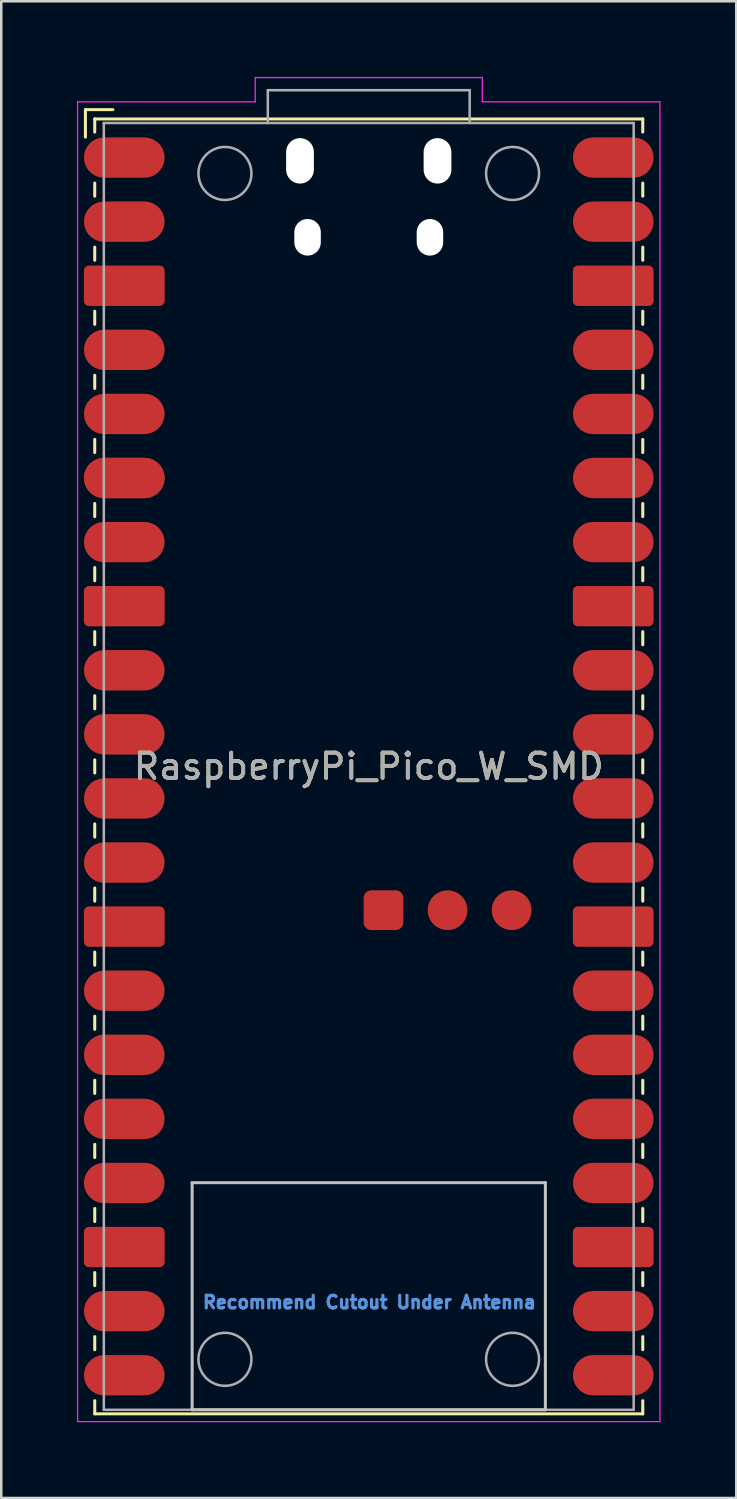
<source format=kicad_pcb>
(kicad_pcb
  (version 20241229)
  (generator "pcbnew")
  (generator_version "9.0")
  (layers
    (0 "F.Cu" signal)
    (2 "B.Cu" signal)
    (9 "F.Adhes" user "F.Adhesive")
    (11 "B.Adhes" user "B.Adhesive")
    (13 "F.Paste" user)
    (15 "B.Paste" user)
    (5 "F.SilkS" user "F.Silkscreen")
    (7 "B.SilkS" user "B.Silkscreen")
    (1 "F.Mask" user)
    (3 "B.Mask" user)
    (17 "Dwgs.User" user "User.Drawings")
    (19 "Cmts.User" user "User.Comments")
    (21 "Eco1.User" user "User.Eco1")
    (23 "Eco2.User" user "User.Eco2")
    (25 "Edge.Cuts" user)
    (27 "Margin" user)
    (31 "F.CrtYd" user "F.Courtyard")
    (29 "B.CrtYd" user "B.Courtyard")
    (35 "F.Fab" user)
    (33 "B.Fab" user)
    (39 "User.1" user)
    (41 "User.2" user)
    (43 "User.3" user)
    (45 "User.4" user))
  (footprint "RaspberryPi_Pico_W_SMD"
    (layer "F.Cu")
    (at 11.565 27.325)
    (property "Reference" "RaspberryPi_Pico_W_SMD" (at 0 0 0) (layer "F.SilkS") (effects (font (size 1 1) (thickness 0.15))))
    (attr smd)
    (fp_line (start -11.23 -26.03) (end -11.23 -24.94) (stroke (width 0.12) (type default)) (layer "F.SilkS"))
    (fp_line (start -10.86 -25.66) (end -10.86 -25.14) (stroke (width 0.12) (type default)) (layer "F.SilkS"))
    (fp_line (start -10.86 -23.12) (end -10.86 -22.6) (stroke (width 0.12) (type default)) (layer "F.SilkS"))
    (fp_line (start -10.86 -20.58) (end -10.86 -20.06) (stroke (width 0.12) (type default)) (layer "F.SilkS"))
    (fp_line (start -10.86 -18.04) (end -10.86 -17.52) (stroke (width 0.12) (type default)) (layer "F.SilkS"))
    (fp_line (start -10.86 -15.5) (end -10.86 -14.98) (stroke (width 0.12) (type default)) (layer "F.SilkS"))
    (fp_line (start -10.86 -12.96) (end -10.86 -12.44) (stroke (width 0.12) (type default)) (layer "F.SilkS"))
    (fp_line (start -10.86 -10.42) (end -10.86 -9.9) (stroke (width 0.12) (type default)) (layer "F.SilkS"))
    (fp_line (start -10.86 -7.88) (end -10.86 -7.36) (stroke (width 0.12) (type default)) (layer "F.SilkS"))
    (fp_line (start -10.86 -5.34) (end -10.86 -4.82) (stroke (width 0.12) (type default)) (layer "F.SilkS"))
    (fp_line (start -10.86 -2.8) (end -10.86 -2.28) (stroke (width 0.12) (type default)) (layer "F.SilkS"))
    (fp_line (start -10.86 -0.26) (end -10.86 0.26) (stroke (width 0.12) (type default)) (layer "F.SilkS"))
    (fp_line (start -10.86 2.28) (end -10.86 2.8) (stroke (width 0.12) (type default)) (layer "F.SilkS"))
    (fp_line (start -10.86 4.82) (end -10.86 5.34) (stroke (width 0.12) (type default)) (layer "F.SilkS"))
    (fp_line (start -10.86 7.36) (end -10.86 7.88) (stroke (width 0.12) (type default)) (layer "F.SilkS"))
    (fp_line (start -10.86 9.9) (end -10.86 10.42) (stroke (width 0.12) (type default)) (layer "F.SilkS"))
    (fp_line (start -10.86 12.44) (end -10.86 12.96) (stroke (width 0.12) (type default)) (layer "F.SilkS"))
    (fp_line (start -10.86 14.98) (end -10.86 15.5) (stroke (width 0.12) (type default)) (layer "F.SilkS"))
    (fp_line (start -10.86 17.52) (end -10.86 18.04) (stroke (width 0.12) (type default)) (layer "F.SilkS"))
    (fp_line (start -10.86 20.06) (end -10.86 20.58) (stroke (width 0.12) (type default)) (layer "F.SilkS"))
    (fp_line (start -10.86 22.6) (end -10.86 23.12) (stroke (width 0.12) (type default)) (layer "F.SilkS"))
    (fp_line (start -10.86 25.14) (end -10.86 25.66) (stroke (width 0.12) (type default)) (layer "F.SilkS"))
    (fp_line (start -10.86 25.66) (end 10.86 25.66) (stroke (width 0.12) (type default)) (layer "F.SilkS"))
    (fp_line (start -10.14 -26.03) (end -11.23 -26.03) (stroke (width 0.12) (type default)) (layer "F.SilkS"))
    (fp_line (start 10.86 -25.66) (end -10.86 -25.66) (stroke (width 0.12) (type default)) (layer "F.SilkS"))
    (fp_line (start 10.86 -25.66) (end 10.86 -25.14) (stroke (width 0.12) (type default)) (layer "F.SilkS"))
    (fp_line (start 10.86 -23.12) (end 10.86 -22.6) (stroke (width 0.12) (type default)) (layer "F.SilkS"))
    (fp_line (start 10.86 -20.58) (end 10.86 -20.06) (stroke (width 0.12) (type default)) (layer "F.SilkS"))
    (fp_line (start 10.86 -18.04) (end 10.86 -17.52) (stroke (width 0.12) (type default)) (layer "F.SilkS"))
    (fp_line (start 10.86 -15.5) (end 10.86 -14.98) (stroke (width 0.12) (type default)) (layer "F.SilkS"))
    (fp_line (start 10.86 -12.96) (end 10.86 -12.44) (stroke (width 0.12) (type default)) (layer "F.SilkS"))
    (fp_line (start 10.86 -10.42) (end 10.86 -9.9) (stroke (width 0.12) (type default)) (layer "F.SilkS"))
    (fp_line (start 10.86 -7.88) (end 10.86 -7.36) (stroke (width 0.12) (type default)) (layer "F.SilkS"))
    (fp_line (start 10.86 -5.34) (end 10.86 -4.82) (stroke (width 0.12) (type default)) (layer "F.SilkS"))
    (fp_line (start 10.86 -2.8) (end 10.86 -2.28) (stroke (width 0.12) (type default)) (layer "F.SilkS"))
    (fp_line (start 10.86 -0.26) (end 10.86 0.26) (stroke (width 0.12) (type default)) (layer "F.SilkS"))
    (fp_line (start 10.86 2.28) (end 10.86 2.8) (stroke (width 0.12) (type default)) (layer "F.SilkS"))
    (fp_line (start 10.86 4.82) (end 10.86 5.34) (stroke (width 0.12) (type default)) (layer "F.SilkS"))
    (fp_line (start 10.86 7.36) (end 10.86 7.88) (stroke (width 0.12) (type default)) (layer "F.SilkS"))
    (fp_line (start 10.86 9.9) (end 10.86 10.42) (stroke (width 0.12) (type default)) (layer "F.SilkS"))
    (fp_line (start 10.86 12.44) (end 10.86 12.96) (stroke (width 0.12) (type default)) (layer "F.SilkS"))
    (fp_line (start 10.86 14.98) (end 10.86 15.5) (stroke (width 0.12) (type default)) (layer "F.SilkS"))
    (fp_line (start 10.86 17.52) (end 10.86 18.04) (stroke (width 0.12) (type default)) (layer "F.SilkS"))
    (fp_line (start 10.86 20.06) (end 10.86 20.58) (stroke (width 0.12) (type default)) (layer "F.SilkS"))
    (fp_line (start 10.86 22.6) (end 10.86 23.12) (stroke (width 0.12) (type default)) (layer "F.SilkS"))
    (fp_line (start 10.86 25.14) (end 10.86 25.66) (stroke (width 0.12) (type default)) (layer "F.SilkS"))
    (fp_line (start -7 16.5) (end 7 16.5) (stroke (width 0.12) (type default)) (layer "Dwgs.User"))
    (fp_line (start -7 25.5) (end -7 16.5) (stroke (width 0.12) (type default)) (layer "Dwgs.User"))
    (fp_line (start -7 25.5) (end 7 25.5) (stroke (width 0.12) (type default)) (layer "Dwgs.User"))
    (fp_line (start 7 25.5) (end 7 16.5) (stroke (width 0.12) (type default)) (layer "Dwgs.User"))
    (fp_line (start -11.54 -26.34) (end -11.54 25.97) (stroke (width 0.05) (type default)) (layer "F.CrtYd"))
    (fp_line (start -11.54 -26.34) (end -4.5 -26.34) (stroke (width 0.05) (type default)) (layer "F.CrtYd"))
    (fp_line (start -11.54 25.97) (end 11.54 25.97) (stroke (width 0.05) (type default)) (layer "F.CrtYd"))
    (fp_line (start -4.5 -26.34) (end -4.5 -27.3) (stroke (width 0.05) (type default)) (layer "F.CrtYd"))
    (fp_line (start 4.5 -27.3) (end -4.5 -27.3) (stroke (width 0.05) (type default)) (layer "F.CrtYd"))
    (fp_line (start 4.5 -26.34) (end 4.5 -27.3) (stroke (width 0.05) (type default)) (layer "F.CrtYd"))
    (fp_line (start 4.5 -26.34) (end 11.54 -26.34) (stroke (width 0.05) (type default)) (layer "F.CrtYd"))
    (fp_line (start 11.54 -26.34) (end 11.54 25.97) (stroke (width 0.05) (type default)) (layer "F.CrtYd"))
    (fp_line (start -10.5 25.5) (end -10.5 -25.5) (stroke (width 0.1) (type default)) (layer "F.Fab"))
    (fp_line (start -10.5 25.5) (end 10.5 25.5) (stroke (width 0.1) (type default)) (layer "F.Fab"))
    (fp_line (start -4 -26.8) (end 4 -26.8) (stroke (width 0.1) (type default)) (layer "F.Fab"))
    (fp_line (start -4 -25.5) (end -4 -26.8) (stroke (width 0.1) (type default)) (layer "F.Fab"))
    (fp_line (start 4 -26.8) (end 4 -25.5) (stroke (width 0.1) (type default)) (layer "F.Fab"))
    (fp_line (start 10.5 -25.5) (end -10.5 -25.5) (stroke (width 0.1) (type default)) (layer "F.Fab"))
    (fp_line (start 10.5 25.5) (end 10.5 -25.5) (stroke (width 0.1) (type default)) (layer "F.Fab"))
    (fp_circle (center -5.7 -23.5) (end -4.65 -23.5) (stroke (width 0.1) (type default)) (fill no) (layer "F.Fab"))
    (fp_circle (center -5.7 23.5) (end -4.65 23.5) (stroke (width 0.1) (type default)) (fill no) (layer "F.Fab"))
    (fp_circle (center 5.7 -23.5) (end 6.75 -23.5) (stroke (width 0.1) (type default)) (fill no) (layer "F.Fab"))
    (fp_circle (center 5.7 23.5) (end 6.75 23.5) (stroke (width 0.1) (type default)) (fill no) (layer "F.Fab"))
    (fp_text user "Recommend Cutout Under Antenna" (at -6.64 21.53 0) (unlocked yes) (layer "Cmts.User") (effects (font (size 0.5 0.5) (thickness 0.125)) (justify left bottom)))
    (fp_text user "${REFERENCE}" (at 0 0 0) (layer "F.Fab") (effects (font (size 1 1) (thickness 0.15))))
    (pad "" np_thru_hole oval (at -2.725 -24) (size 1.1 1.8) (drill oval 1.1 1.8) (layers "*.Cu" "*.Mask"))
    (pad "" np_thru_hole oval (at -2.425 -20.97) (size 1.05 1.45) (drill oval 1.05 1.45) (layers "*.Cu" "*.Mask"))
    (pad "" np_thru_hole oval (at 2.425 -20.97) (size 1.05 1.45) (drill oval 1.05 1.45) (layers "*.Cu" "*.Mask"))
    (pad "" np_thru_hole oval (at 2.725 -24) (size 1.1 1.8) (drill oval 1.1 1.8) (layers "*.Cu" "*.Mask"))
    (pad "1" smd roundrect (at -9.69 -24.13) (size 3.2 1.6) (layers "F.Cu" "F.Mask" "F.Paste") (roundrect_rratio 0.5))
    (pad "2" smd roundrect (at -9.69 -21.59) (size 3.2 1.6) (layers "F.Cu" "F.Mask" "F.Paste") (roundrect_rratio 0.5))
    (pad "3" smd roundrect (at -9.69 -19.05) (size 3.2 1.6) (layers "F.Cu" "F.Mask" "F.Paste") (roundrect_rratio 0.125))
    (pad "4" smd roundrect (at -9.69 -16.51) (size 3.2 1.6) (layers "F.Cu" "F.Mask" "F.Paste") (roundrect_rratio 0.5))
    (pad "5" smd roundrect (at -9.69 -13.97) (size 3.2 1.6) (layers "F.Cu" "F.Mask" "F.Paste") (roundrect_rratio 0.5))
    (pad "6" smd roundrect (at -9.69 -11.43) (size 3.2 1.6) (layers "F.Cu" "F.Mask" "F.Paste") (roundrect_rratio 0.5))
    (pad "6" smd roundrect (at -9.69 -11.43) (size 3.2 1.6) (layers "F.Cu" "F.Mask" "F.Paste") (roundrect_rratio 0.5))
    (pad "7" smd roundrect (at -9.69 -8.89) (size 3.2 1.6) (layers "F.Cu" "F.Mask" "F.Paste") (roundrect_rratio 0.5))
    (pad "8" smd roundrect (at -9.69 -6.35) (size 3.2 1.6) (layers "F.Cu" "F.Mask" "F.Paste") (roundrect_rratio 0.125))
    (pad "9" smd roundrect (at -9.69 -3.81) (size 3.2 1.6) (layers "F.Cu" "F.Mask" "F.Paste") (roundrect_rratio 0.5))
    (pad "10" smd roundrect (at -9.69 -1.27) (size 3.2 1.6) (layers "F.Cu" "F.Mask" "F.Paste") (roundrect_rratio 0.5))
    (pad "11" smd roundrect (at -9.69 1.27) (size 3.2 1.6) (layers "F.Cu" "F.Mask" "F.Paste") (roundrect_rratio 0.5))
    (pad "12" smd roundrect (at -9.69 3.81) (size 3.2 1.6) (layers "F.Cu" "F.Mask" "F.Paste") (roundrect_rratio 0.5))
    (pad "13" smd roundrect (at -9.69 6.35) (size 3.2 1.6) (layers "F.Cu" "F.Mask" "F.Paste") (roundrect_rratio 0.125))
    (pad "14" smd roundrect (at -9.69 8.89) (size 3.2 1.6) (layers "F.Cu" "F.Mask" "F.Paste") (roundrect_rratio 0.5))
    (pad "15" smd roundrect (at -9.69 11.43) (size 3.2 1.6) (layers "F.Cu" "F.Mask" "F.Paste") (roundrect_rratio 0.5))
    (pad "16" smd roundrect (at -9.69 13.97) (size 3.2 1.6) (layers "F.Cu" "F.Mask" "F.Paste") (roundrect_rratio 0.5))
    (pad "17" smd roundrect (at -9.69 16.51) (size 3.2 1.6) (layers "F.Cu" "F.Mask" "F.Paste") (roundrect_rratio 0.5))
    (pad "18" smd roundrect (at -9.69 19.05) (size 3.2 1.6) (layers "F.Cu" "F.Mask" "F.Paste") (roundrect_rratio 0.125))
    (pad "19" smd roundrect (at -9.69 21.59) (size 3.2 1.6) (layers "F.Cu" "F.Mask" "F.Paste") (roundrect_rratio 0.5))
    (pad "20" smd roundrect (at -9.69 24.13) (size 3.2 1.6) (layers "F.Cu" "F.Mask" "F.Paste") (roundrect_rratio 0.5))
    (pad "21" smd roundrect (at 9.69 24.13) (size 3.2 1.6) (layers "F.Cu" "F.Mask" "F.Paste") (roundrect_rratio 0.5))
    (pad "22" smd roundrect (at 9.69 21.59) (size 3.2 1.6) (layers "F.Cu" "F.Mask" "F.Paste") (roundrect_rratio 0.5))
    (pad "23" smd roundrect (at 9.69 19.05) (size 3.2 1.6) (layers "F.Cu" "F.Mask" "F.Paste") (roundrect_rratio 0.125))
    (pad "24" smd roundrect (at 9.69 16.51) (size 3.2 1.6) (layers "F.Cu" "F.Mask" "F.Paste") (roundrect_rratio 0.5))
    (pad "25" smd roundrect (at 9.69 13.97) (size 3.2 1.6) (layers "F.Cu" "F.Mask" "F.Paste") (roundrect_rratio 0.5))
    (pad "26" smd roundrect (at 9.69 11.43) (size 3.2 1.6) (layers "F.Cu" "F.Mask" "F.Paste") (roundrect_rratio 0.5))
    (pad "27" smd roundrect (at 9.69 8.89) (size 3.2 1.6) (layers "F.Cu" "F.Mask" "F.Paste") (roundrect_rratio 0.5))
    (pad "28" smd roundrect (at 9.69 6.35) (size 3.2 1.6) (layers "F.Cu" "F.Mask" "F.Paste") (roundrect_rratio 0.125))
    (pad "29" smd roundrect (at 9.69 3.81) (size 3.2 1.6) (layers "F.Cu" "F.Mask" "F.Paste") (roundrect_rratio 0.5))
    (pad "30" smd roundrect (at 9.69 1.27) (size 3.2 1.6) (layers "F.Cu" "F.Mask" "F.Paste") (roundrect_rratio 0.5))
    (pad "31" smd roundrect (at 9.69 -1.27) (size 3.2 1.6) (layers "F.Cu" "F.Mask" "F.Paste") (roundrect_rratio 0.5))
    (pad "32" smd roundrect (at 9.69 -3.81) (size 3.2 1.6) (layers "F.Cu" "F.Mask" "F.Paste") (roundrect_rratio 0.5))
    (pad "33" smd roundrect (at 9.69 -6.35) (size 3.2 1.6) (layers "F.Cu" "F.Mask" "F.Paste") (roundrect_rratio 0.125))
    (pad "34" smd roundrect (at 9.69 -8.89) (size 3.2 1.6) (layers "F.Cu" "F.Mask" "F.Paste") (roundrect_rratio 0.5))
    (pad "35" smd roundrect (at 9.69 -11.43) (size 3.2 1.6) (layers "F.Cu" "F.Mask" "F.Paste") (roundrect_rratio 0.5))
    (pad "36" smd roundrect (at 9.69 -13.97) (size 3.2 1.6) (layers "F.Cu" "F.Mask" "F.Paste") (roundrect_rratio 0.5))
    (pad "37" smd roundrect (at 9.69 -16.51) (size 3.2 1.6) (layers "F.Cu" "F.Mask" "F.Paste") (roundrect_rratio 0.5))
    (pad "38" smd roundrect (at 9.69 -19.05) (size 3.2 1.6) (layers "F.Cu" "F.Mask" "F.Paste") (roundrect_rratio 0.125))
    (pad "39" smd roundrect (at 9.69 -21.59) (size 3.2 1.6) (layers "F.Cu" "F.Mask" "F.Paste") (roundrect_rratio 0.5))
    (pad "40" smd roundrect (at 9.69 -24.13) (size 3.2 1.6) (layers "F.Cu" "F.Mask" "F.Paste") (roundrect_rratio 0.5))
    (pad "D1" smd roundrect (at 0.584 5.7) (size 1.575 1.575) (layers "F.Cu" "F.Mask" "F.Paste") (roundrect_rratio 0.191))
    (pad "D2" smd circle (at 3.124 5.7) (size 1.575 1.575) (layers "F.Cu" "F.Mask" "F.Paste"))
    (pad "D3" smd circle (at 5.664 5.7) (size 1.575 1.575) (layers "F.Cu" "F.Mask" "F.Paste"))
    (zone (net_name "") (layer "F.Cu") (name "avoid shorts with usb test pads") (hatch edge 0.5) (connect_pads) (min_thickness 0.25) (filled_areas_thickness no) (keepout (tracks not_allowed) (vias not_allowed) (pads allowed) (copperpour not_allowed) (footprints not_allowed)) (placement (enabled no)) (fill) (polygon (pts (xy 8.035 2.02) (xy 15.095 2.02) (xy 15.095 7.33) (xy 8.035 7.33))))
    (zone (net_name "") (layer "F.Cu") (name "avoid shorts with TP4") (hatch edge 0.5) (connect_pads) (min_thickness 0.25) (filled_areas_thickness no) (keepout (tracks not_allowed) (vias not_allowed) (pads not_allowed) (copperpour not_allowed) (footprints not_allowed)) (placement (enabled no)) (fill) (polygon (pts (xy 8.06 10.32) (xy 10.07 10.32) (xy 10.07 12.335) (xy 8.06 12.335))))
    (zone (net_name "") (layer "F.Cu") (name "avoid shorts with test pad 5") (hatch edge 0.5) (connect_pads) (min_thickness 0.25) (filled_areas_thickness no) (keepout (tracks not_allowed) (vias not_allowed) (pads not_allowed) (copperpour not_allowed) (footprints not_allowed)) (placement (enabled no)) (fill) (polygon (pts (xy 8.06 12.82) (xy 10.07 12.82) (xy 10.07 14.83) (xy 8.06 14.83))))
    (zone (net_name "") (layer "F.Cu") (name "avoid shorts with test pad 6") (hatch edge 0.5) (connect_pads) (min_thickness 0.25) (filled_areas_thickness no) (keepout (tracks not_allowed) (vias not_allowed) (pads not_allowed) (copperpour not_allowed) (footprints not_allowed)) (placement (enabled no)) (fill) (polygon (pts (xy 8.06 15.32) (xy 10.07 15.32) (xy 10.07 17.33) (xy 8.06 17.33))))
    (zone (net_name "") (layers "F.Cu" "B.Cu") (name "remove copper under antenna") (hatch edge 0.5) (connect_pads) (min_thickness 0.25) (filled_areas_thickness no) (keepout (tracks not_allowed) (vias not_allowed) (pads not_allowed) (copperpour not_allowed) (footprints not_allowed)) (placement (enabled no)) (fill) (polygon (pts (xy 4.565 43.825) (xy 18.565 43.825) (xy 18.565 52.825) (xy 4.565 52.825)))))
  (gr_rect
    (start -3 -3)
    (end 26.13 56.32)
    (stroke (width 0.1) (type default))
    (fill no)
    (layer "Edge.Cuts")))
</source>
